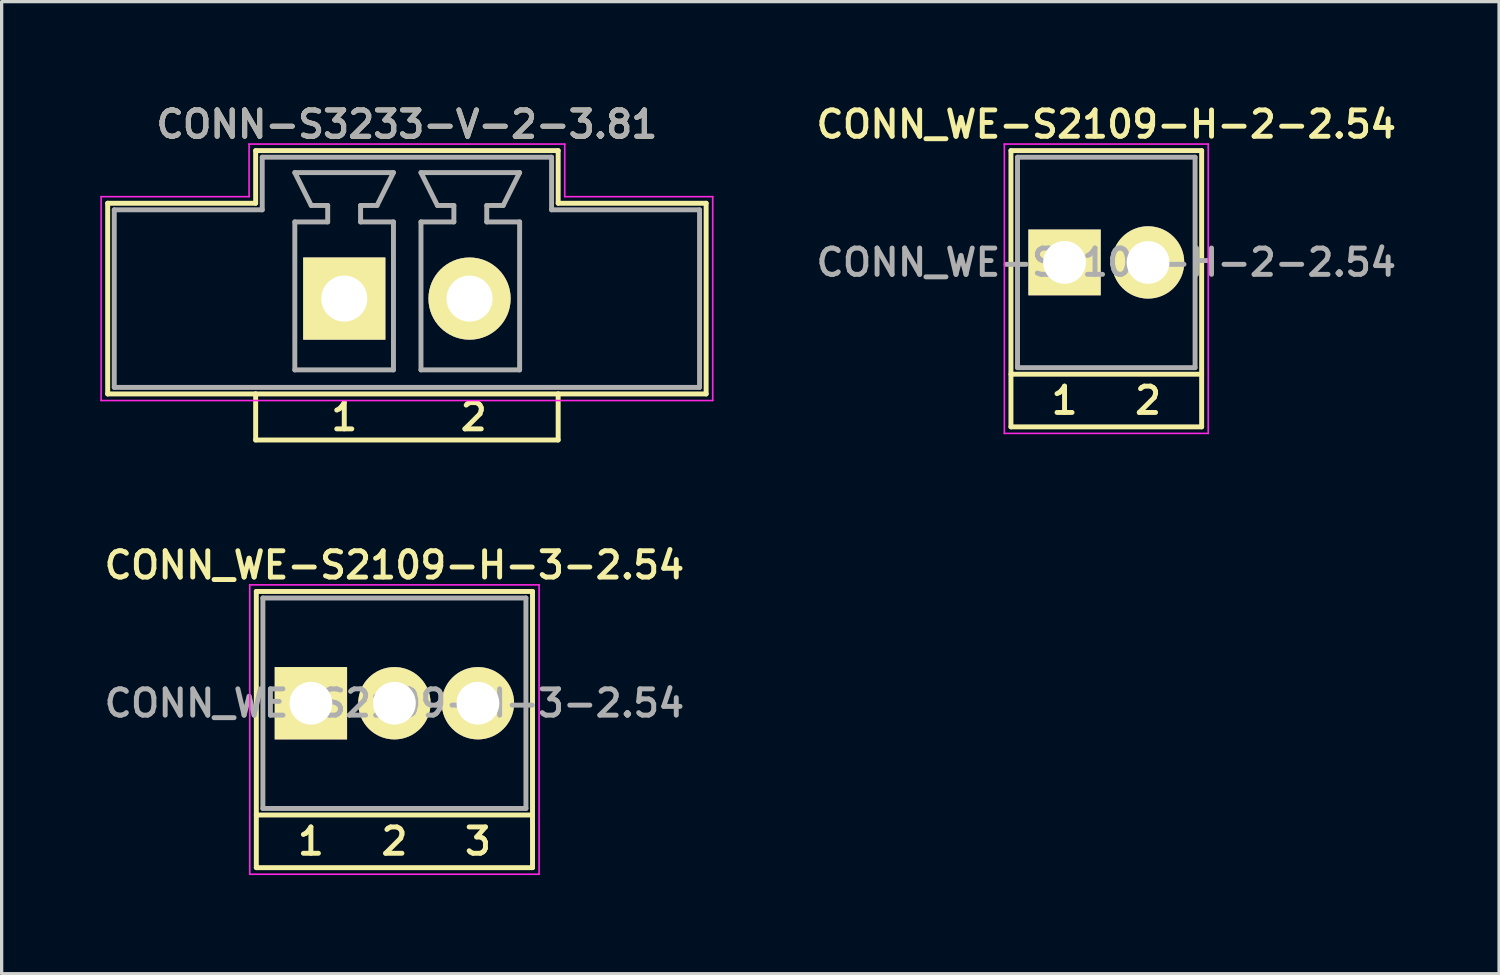
<source format=kicad_pcb>
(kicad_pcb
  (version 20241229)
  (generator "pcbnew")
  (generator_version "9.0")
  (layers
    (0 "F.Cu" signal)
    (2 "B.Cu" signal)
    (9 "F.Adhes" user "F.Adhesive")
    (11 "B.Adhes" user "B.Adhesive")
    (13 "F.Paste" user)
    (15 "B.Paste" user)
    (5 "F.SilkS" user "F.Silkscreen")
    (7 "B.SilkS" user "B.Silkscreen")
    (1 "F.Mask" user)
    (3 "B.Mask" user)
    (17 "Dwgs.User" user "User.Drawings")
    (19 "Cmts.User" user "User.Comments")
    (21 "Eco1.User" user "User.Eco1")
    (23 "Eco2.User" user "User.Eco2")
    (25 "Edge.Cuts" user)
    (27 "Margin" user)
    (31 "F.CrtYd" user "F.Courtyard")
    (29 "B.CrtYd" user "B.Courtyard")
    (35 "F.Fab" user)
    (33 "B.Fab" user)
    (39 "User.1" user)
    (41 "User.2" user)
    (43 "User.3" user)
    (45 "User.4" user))
  (footprint "CONN_WE-S2109-H-2-2.54"
    (layer "F.Cu")
    (at 30.595 4.931)
    (property "Reference" "CONN_WE-S2109-H-2-2.54" (at 0 -4.2 0) (layer "F.SilkS") (effects (font (size 0.8 0.8) (thickness 0.15))))
    (attr through_hole)
    (fp_line (start -2.9 -3.4) (end 2.9 -3.4) (stroke (width 0.15) (type solid)) (layer "F.SilkS"))
    (fp_line (start -2.9 5) (end -2.9 -3.4) (stroke (width 0.15) (type solid)) (layer "F.SilkS"))
    (fp_line (start -2.9 5) (end 2.9 5) (stroke (width 0.15) (type solid)) (layer "F.SilkS"))
    (fp_line (start 2.9 -3.4) (end 2.9 5) (stroke (width 0.15) (type solid)) (layer "F.SilkS"))
    (fp_line (start 2.9 3.4) (end -2.9 3.4) (stroke (width 0.15) (type solid)) (layer "F.SilkS"))
    (fp_line (start -3.1 -3.6) (end 3.1 -3.6) (stroke (width 0.05) (type solid)) (layer "F.CrtYd"))
    (fp_line (start -3.1 5.2) (end -3.1 -3.6) (stroke (width 0.05) (type solid)) (layer "F.CrtYd"))
    (fp_line (start 3.1 -3.6) (end 3.1 5.2) (stroke (width 0.05) (type solid)) (layer "F.CrtYd"))
    (fp_line (start 3.1 5.2) (end -3.1 5.2) (stroke (width 0.05) (type solid)) (layer "F.CrtYd"))
    (fp_line (start -2.7 -3.2) (end -2.7 3.2) (stroke (width 0.15) (type solid)) (layer "F.Fab"))
    (fp_line (start -2.7 -3.2) (end 2.7 -3.2) (stroke (width 0.15) (type solid)) (layer "F.Fab"))
    (fp_line (start 2.7 3.2) (end -2.7 3.2) (stroke (width 0.15) (type solid)) (layer "F.Fab"))
    (fp_line (start 2.7 3.2) (end 2.7 -3.2) (stroke (width 0.15) (type solid)) (layer "F.Fab"))
    (fp_text user "1" (at -1.27 4.2 0) (layer "F.SilkS") (effects (font (size 0.8 0.8) (thickness 0.15))))
    (fp_text user "2" (at 1.27 4.2 0) (layer "F.SilkS") (effects (font (size 0.8 0.8) (thickness 0.15))))
    (fp_text user "${REFERENCE}" (at 0 0 0) (layer "F.Fab") (effects (font (size 0.8 0.8) (thickness 0.15))))
    (pad "1" thru_hole rect (at -1.27 0 180) (size 2.2 2) (drill 1.3) (layers "*.Cu" "*.Mask" "F.SilkS"))
    (pad "2" thru_hole circle (at 1.27 0 180) (size 2.2 2.2) (drill 1.3) (layers "*.Cu" "*.Mask" "F.SilkS")))
  (footprint "CONN_WE-S2109-H-3-2.54"
    (layer "F.Cu")
    (at 8.945 18.337)
    (property "Reference" "CONN_WE-S2109-H-3-2.54" (at 0 -4.2 0) (layer "F.SilkS") (effects (font (size 0.8 0.8) (thickness 0.15))))
    (attr through_hole)
    (fp_line (start -4.2 -3.4) (end 4.2 -3.4) (stroke (width 0.15) (type solid)) (layer "F.SilkS"))
    (fp_line (start -4.2 5) (end -4.2 -3.4) (stroke (width 0.15) (type solid)) (layer "F.SilkS"))
    (fp_line (start -4.2 5) (end 4.2 5) (stroke (width 0.15) (type solid)) (layer "F.SilkS"))
    (fp_line (start 4.2 -3.4) (end 4.2 5) (stroke (width 0.15) (type solid)) (layer "F.SilkS"))
    (fp_line (start 4.2 3.4) (end -4.2 3.4) (stroke (width 0.15) (type solid)) (layer "F.SilkS"))
    (fp_line (start -4.4 -3.6) (end 4.4 -3.6) (stroke (width 0.05) (type solid)) (layer "F.CrtYd"))
    (fp_line (start -4.4 5.2) (end -4.4 -3.6) (stroke (width 0.05) (type solid)) (layer "F.CrtYd"))
    (fp_line (start 4.4 -3.6) (end 4.4 5.2) (stroke (width 0.05) (type solid)) (layer "F.CrtYd"))
    (fp_line (start 4.4 5.2) (end -4.4 5.2) (stroke (width 0.05) (type solid)) (layer "F.CrtYd"))
    (fp_line (start -4 -3.2) (end -4 3.2) (stroke (width 0.15) (type solid)) (layer "F.Fab"))
    (fp_line (start -4 -3.2) (end 4 -3.2) (stroke (width 0.15) (type solid)) (layer "F.Fab"))
    (fp_line (start 4 3.2) (end -4 3.2) (stroke (width 0.15) (type solid)) (layer "F.Fab"))
    (fp_line (start 4 3.2) (end 4 -3.2) (stroke (width 0.15) (type solid)) (layer "F.Fab"))
    (fp_text user "1" (at -2.54 4.2 0) (layer "F.SilkS") (effects (font (size 0.8 0.8) (thickness 0.15))))
    (fp_text user "3" (at 2.54 4.2 0) (layer "F.SilkS") (effects (font (size 0.8 0.8) (thickness 0.15))))
    (fp_text user "2" (at 0 4.2 0) (layer "F.SilkS") (effects (font (size 0.8 0.8) (thickness 0.15))))
    (fp_text user "${REFERENCE}" (at 0 0 0) (layer "F.Fab") (effects (font (size 0.8 0.8) (thickness 0.15))))
    (pad "1" thru_hole rect (at -2.54 0 180) (size 2.2 2.2) (drill 1.3) (layers "*.Cu" "*.Mask" "F.SilkS"))
    (pad "2" thru_hole circle (at 0 0 180) (size 2.2 2.2) (drill 1.3) (layers "*.Cu" "*.Mask" "F.SilkS"))
    (pad "3" thru_hole circle (at 2.54 0 180) (size 2.2 2.2) (drill 1.3) (layers "*.Cu" "*.Mask" "F.SilkS")))
  (footprint "CONN-S3233-V-2-3.81"
    (layer "F.Cu")
    (at 9.325 5.231)
    (property "Reference" "CONN-S3233-V-2-3.81" (at 0 -4.5 0) (layer "F.SilkS") (effects (font (size 0.8 0.8) (thickness 0.15))))
    (attr through_hole)
    (fp_line (start -9.1 -2.1) (end -9.1 3.7) (stroke (width 0.15) (type solid)) (layer "F.SilkS"))
    (fp_line (start -9.1 -2.1) (end -4.6 -2.1) (stroke (width 0.15) (type solid)) (layer "F.SilkS"))
    (fp_line (start -9.1 3.7) (end -4.6 3.7) (stroke (width 0.15) (type solid)) (layer "F.SilkS"))
    (fp_line (start -4.6 -3.7) (end -4.6 -2.1) (stroke (width 0.15) (type solid)) (layer "F.SilkS"))
    (fp_line (start -4.6 -3.7) (end 4.6 -3.7) (stroke (width 0.15) (type solid)) (layer "F.SilkS"))
    (fp_line (start -4.6 3.7) (end -4.6 5.1) (stroke (width 0.15) (type solid)) (layer "F.SilkS"))
    (fp_line (start -4.6 5.1) (end 4.6 5.1) (stroke (width 0.15) (type solid)) (layer "F.SilkS"))
    (fp_line (start 4.6 -3.7) (end 4.6 -2.1) (stroke (width 0.15) (type solid)) (layer "F.SilkS"))
    (fp_line (start 4.6 -2.1) (end 9.1 -2.1) (stroke (width 0.15) (type solid)) (layer "F.SilkS"))
    (fp_line (start 4.6 3.7) (end -4.6 3.7) (stroke (width 0.15) (type solid)) (layer "F.SilkS"))
    (fp_line (start 4.6 3.7) (end 4.6 5.1) (stroke (width 0.15) (type solid)) (layer "F.SilkS"))
    (fp_line (start 4.6 3.7) (end 9.1 3.7) (stroke (width 0.15) (type solid)) (layer "F.SilkS"))
    (fp_line (start 9.1 3.7) (end 9.1 -2.1) (stroke (width 0.15) (type solid)) (layer "F.SilkS"))
    (fp_line (start -9.3 -2.3) (end -4.8 -2.3) (stroke (width 0.05) (type solid)) (layer "F.CrtYd"))
    (fp_line (start -9.3 3.9) (end -9.3 -2.3) (stroke (width 0.05) (type solid)) (layer "F.CrtYd"))
    (fp_line (start -4.8 -3.9) (end 4.8 -3.9) (stroke (width 0.05) (type solid)) (layer "F.CrtYd"))
    (fp_line (start -4.8 -2.3) (end -4.8 -3.9) (stroke (width 0.05) (type solid)) (layer "F.CrtYd"))
    (fp_line (start 4.8 -2.3) (end 4.8 -3.9) (stroke (width 0.05) (type solid)) (layer "F.CrtYd"))
    (fp_line (start 9.3 -2.3) (end 4.8 -2.3) (stroke (width 0.05) (type solid)) (layer "F.CrtYd"))
    (fp_line (start 9.3 -2.3) (end 9.3 3.9) (stroke (width 0.05) (type solid)) (layer "F.CrtYd"))
    (fp_line (start 9.3 3.9) (end -9.3 3.9) (stroke (width 0.05) (type solid)) (layer "F.CrtYd"))
    (fp_line (start -8.9 -1.9) (end -8.9 3.5) (stroke (width 0.15) (type solid)) (layer "F.Fab"))
    (fp_line (start -4.4 -3.5) (end -4.4 -1.9) (stroke (width 0.15) (type solid)) (layer "F.Fab"))
    (fp_line (start -4.4 -3.5) (end 4.4 -3.5) (stroke (width 0.15) (type solid)) (layer "F.Fab"))
    (fp_line (start -4.4 -1.9) (end -8.9 -1.9) (stroke (width 0.15) (type solid)) (layer "F.Fab"))
    (fp_line (start -3.409 -3.032) (end -2.909 -2.032) (stroke (width 0.15) (type solid)) (layer "F.Fab"))
    (fp_line (start -3.409 -1.532) (end -2.409 -1.532) (stroke (width 0.15) (type solid)) (layer "F.Fab"))
    (fp_line (start -3.409 2.968) (end -3.409 -1.532) (stroke (width 0.15) (type solid)) (layer "F.Fab"))
    (fp_line (start -2.409 -2.032) (end -2.909 -2.032) (stroke (width 0.15) (type solid)) (layer "F.Fab"))
    (fp_line (start -2.409 -1.532) (end -2.409 -2.032) (stroke (width 0.15) (type solid)) (layer "F.Fab"))
    (fp_line (start -1.409 -2.032) (end -0.909 -2.032) (stroke (width 0.15) (type solid)) (layer "F.Fab"))
    (fp_line (start -1.409 -1.532) (end -1.409 -2.032) (stroke (width 0.15) (type solid)) (layer "F.Fab"))
    (fp_line (start -1.409 -1.532) (end -0.409 -1.532) (stroke (width 0.15) (type solid)) (layer "F.Fab"))
    (fp_line (start -0.909 -2.032) (end -0.409 -3.032) (stroke (width 0.15) (type solid)) (layer "F.Fab"))
    (fp_line (start -0.409 -3.032) (end -3.409 -3.032) (stroke (width 0.15) (type solid)) (layer "F.Fab"))
    (fp_line (start -0.409 2.968) (end -3.409 2.968) (stroke (width 0.15) (type solid)) (layer "F.Fab"))
    (fp_line (start -0.409 2.968) (end -0.409 -1.532) (stroke (width 0.15) (type solid)) (layer "F.Fab"))
    (fp_line (start 0.428 -3.032) (end 0.928 -2.032) (stroke (width 0.15) (type solid)) (layer "F.Fab"))
    (fp_line (start 0.428 -1.532) (end 1.428 -1.532) (stroke (width 0.15) (type solid)) (layer "F.Fab"))
    (fp_line (start 0.428 2.968) (end 0.428 -1.532) (stroke (width 0.15) (type solid)) (layer "F.Fab"))
    (fp_line (start 1.428 -2.032) (end 0.928 -2.032) (stroke (width 0.15) (type solid)) (layer "F.Fab"))
    (fp_line (start 1.428 -1.532) (end 1.428 -2.032) (stroke (width 0.15) (type solid)) (layer "F.Fab"))
    (fp_line (start 2.428 -2.032) (end 2.928 -2.032) (stroke (width 0.15) (type solid)) (layer "F.Fab"))
    (fp_line (start 2.428 -1.532) (end 2.428 -2.032) (stroke (width 0.15) (type solid)) (layer "F.Fab"))
    (fp_line (start 2.428 -1.532) (end 3.428 -1.532) (stroke (width 0.15) (type solid)) (layer "F.Fab"))
    (fp_line (start 2.928 -2.032) (end 3.428 -3.032) (stroke (width 0.15) (type solid)) (layer "F.Fab"))
    (fp_line (start 3.428 -3.032) (end 0.428 -3.032) (stroke (width 0.15) (type solid)) (layer "F.Fab"))
    (fp_line (start 3.428 2.968) (end 0.428 2.968) (stroke (width 0.15) (type solid)) (layer "F.Fab"))
    (fp_line (start 3.428 2.968) (end 3.428 -1.532) (stroke (width 0.15) (type solid)) (layer "F.Fab"))
    (fp_line (start 4.4 -1.9) (end 4.4 -3.5) (stroke (width 0.15) (type solid)) (layer "F.Fab"))
    (fp_line (start 8.9 -1.9) (end 4.4 -1.9) (stroke (width 0.15) (type solid)) (layer "F.Fab"))
    (fp_line (start 8.9 3.5) (end -8.9 3.5) (stroke (width 0.15) (type solid)) (layer "F.Fab"))
    (fp_line (start 8.9 3.5) (end 8.9 -1.9) (stroke (width 0.15) (type solid)) (layer "F.Fab"))
    (fp_text user "2" (at 2.032 4.4 0) (layer "F.SilkS") (effects (font (size 0.8 0.8) (thickness 0.15))))
    (fp_text user "1" (at -1.905 4.4 0) (layer "F.SilkS") (effects (font (size 0.8 0.8) (thickness 0.15))))
    (fp_text user "${REFERENCE}" (at 0 -4.5 0) (layer "F.Fab") (effects (font (size 0.8 0.8) (thickness 0.15))))
    (pad "1" thru_hole rect (at -1.905 0.8 180) (size 2.5 2.5) (drill 1.4) (layers "*.Cu" "*.Mask" "F.SilkS"))
    (pad "2" thru_hole circle (at 1.905 0.8 180) (size 2.5 2.5) (drill 1.4) (layers "*.Cu" "*.Mask" "F.SilkS")))
  (gr_rect
    (start -3 -3)
    (end 42.54 26.562)
    (stroke (width 0.1) (type default))
    (fill no)
    (layer "Edge.Cuts")))
</source>
